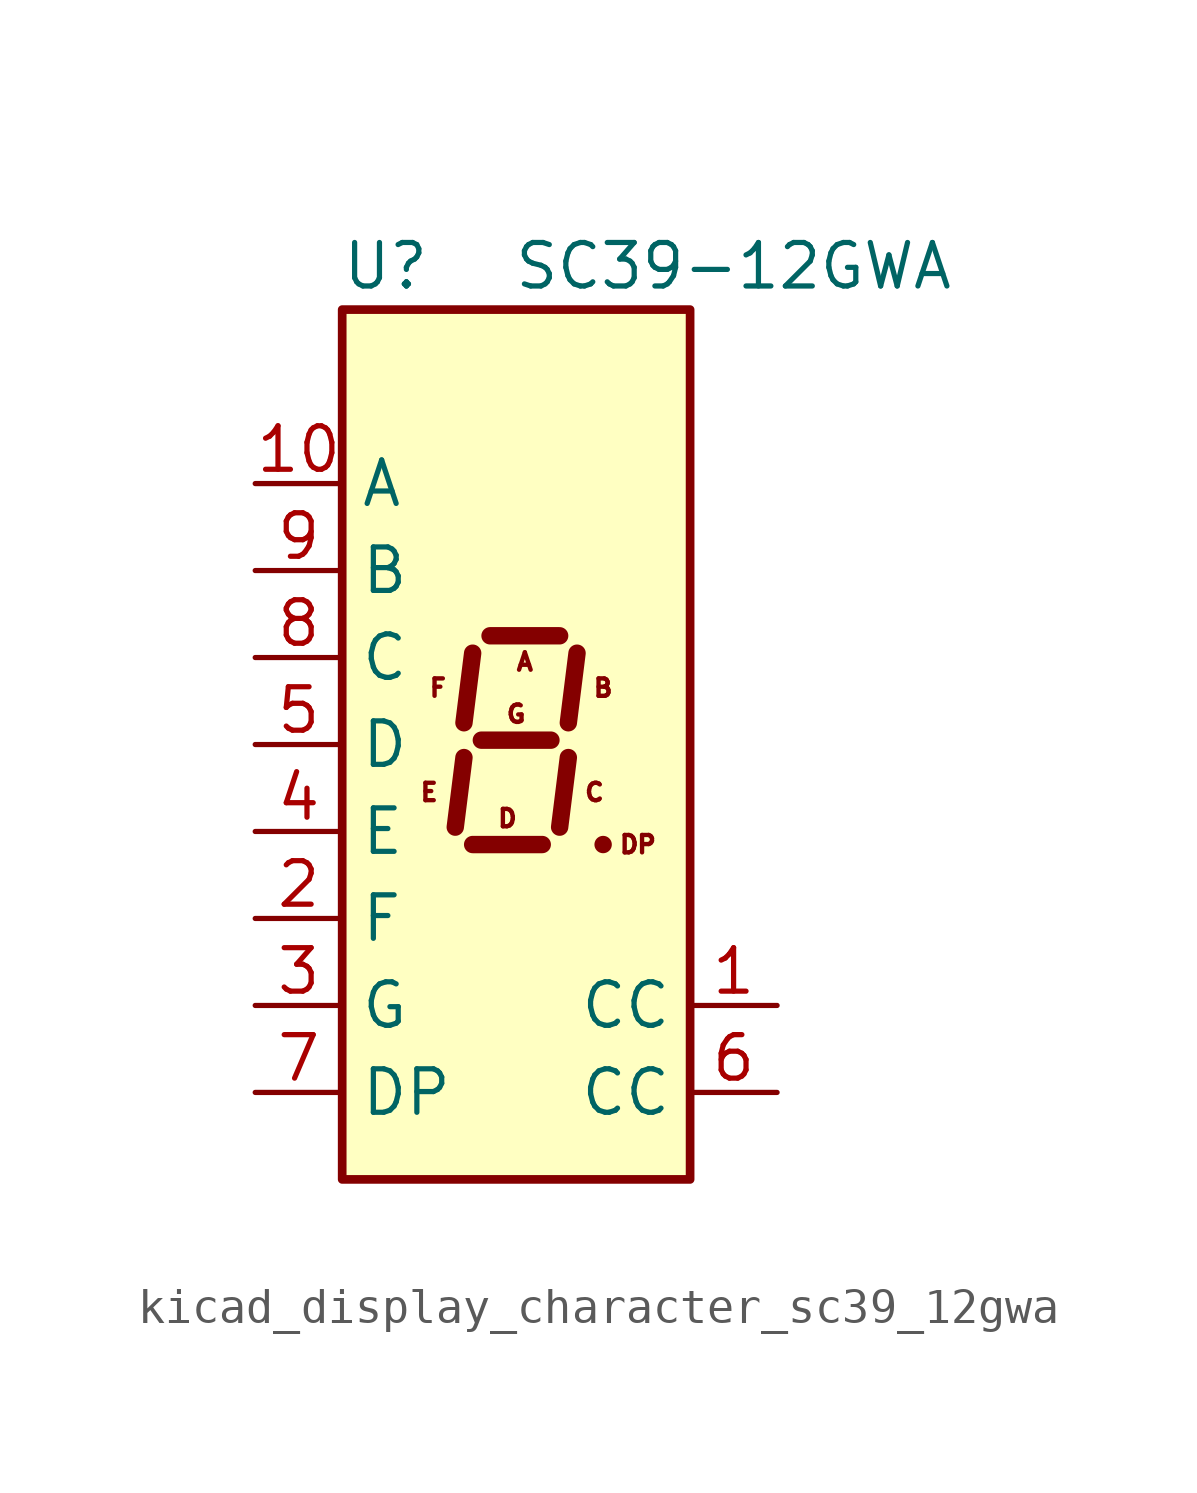
<source format=kicad_sym>
(kicad_symbol_lib
  (version 20220914)
  (generator kicad_symbol_editor)
  (symbol "kicad_display_character_sc39_12gwa"
    (property "Reference" "U"
      (at -3.81 13.97 0)
      (effects (font (size 1.27 1.27))))
    (property "Value" "SC39-12GWA"
      (at 6.35 13.97 0)
      (effects (font (size 1.27 1.27))))
    (symbol "kicad_display_character_sc39_12gwa_1_0"
      (text "A" (at 0.254 2.413 0) (effects (font (size 0.508 0.508))))
      (text "B" (at 2.54 1.651 0) (effects (font (size 0.508 0.508))))
      (text "C" (at 2.286 -1.397 0) (effects (font (size 0.508 0.508))))
      (text "D" (at -0.254 -2.159 0) (effects (font (size 0.508 0.508))))
      (text "DP" (at 3.556 -2.921 0) (effects (font (size 0.508 0.508))))
      (text "E" (at -2.54 -1.397 0) (effects (font (size 0.508 0.508))))
      (text "F" (at -2.286 1.651 0) (effects (font (size 0.508 0.508))))
      (text "G" (at 0 0.889 0) (effects (font (size 0.508 0.508)))))
    (symbol "kicad_display_character_sc39_12gwa_1_1"
      (rectangle (start -5.08 12.7) (end 5.08 -12.7) (stroke (width 0.254) (type default)) (fill (type background)))
      (polyline (pts (xy -1.524 -0.381) (xy -1.778 -2.413)) (stroke (width 0.508) (type default)) (fill (type none)))
      (polyline (pts (xy -1.27 -2.921) (xy 0.762 -2.921)) (stroke (width 0.508) (type default)) (fill (type none)))
      (polyline (pts (xy -1.27 2.667) (xy -1.524 0.635)) (stroke (width 0.508) (type default)) (fill (type none)))
      (polyline (pts (xy -1.016 0.127) (xy 1.016 0.127)) (stroke (width 0.508) (type default)) (fill (type none)))
      (polyline (pts (xy -0.762 3.175) (xy 1.27 3.175)) (stroke (width 0.508) (type default)) (fill (type none)))
      (polyline (pts (xy 1.524 -0.381) (xy 1.27 -2.413)) (stroke (width 0.508) (type default)) (fill (type none)))
      (polyline (pts (xy 1.778 2.667) (xy 1.524 0.635)) (stroke (width 0.508) (type default)) (fill (type none)))
      (polyline (pts (xy 2.54 -2.921) (xy 2.54 -2.921)) (stroke (width 0.508) (type default)) (fill (type none)))
      (pin input line (at 7.62 -7.62 180) (length 2.54) (name "CC" (effects (font (size 1.27 1.27)))) (number "1" (effects (font (size 1.27 1.27)))))
      (pin input line (at -7.62 7.62 0) (length 2.54) (name "A" (effects (font (size 1.27 1.27)))) (number "10" (effects (font (size 1.27 1.27)))))
      (pin input line (at -7.62 -5.08 0) (length 2.54) (name "F" (effects (font (size 1.27 1.27)))) (number "2" (effects (font (size 1.27 1.27)))))
      (pin input line (at -7.62 -7.62 0) (length 2.54) (name "G" (effects (font (size 1.27 1.27)))) (number "3" (effects (font (size 1.27 1.27)))))
      (pin input line (at -7.62 -2.54 0) (length 2.54) (name "E" (effects (font (size 1.27 1.27)))) (number "4" (effects (font (size 1.27 1.27)))))
      (pin input line (at -7.62 0 0) (length 2.54) (name "D" (effects (font (size 1.27 1.27)))) (number "5" (effects (font (size 1.27 1.27)))))
      (pin input line (at 7.62 -10.16 180) (length 2.54) (name "CC" (effects (font (size 1.27 1.27)))) (number "6" (effects (font (size 1.27 1.27)))))
      (pin input line (at -7.62 -10.16 0) (length 2.54) (name "DP" (effects (font (size 1.27 1.27)))) (number "7" (effects (font (size 1.27 1.27)))))
      (pin input line (at -7.62 2.54 0) (length 2.54) (name "C" (effects (font (size 1.27 1.27)))) (number "8" (effects (font (size 1.27 1.27)))))
      (pin input line (at -7.62 5.08 0) (length 2.54) (name "B" (effects (font (size 1.27 1.27)))) (number "9" (effects (font (size 1.27 1.27))))))))
</source>
